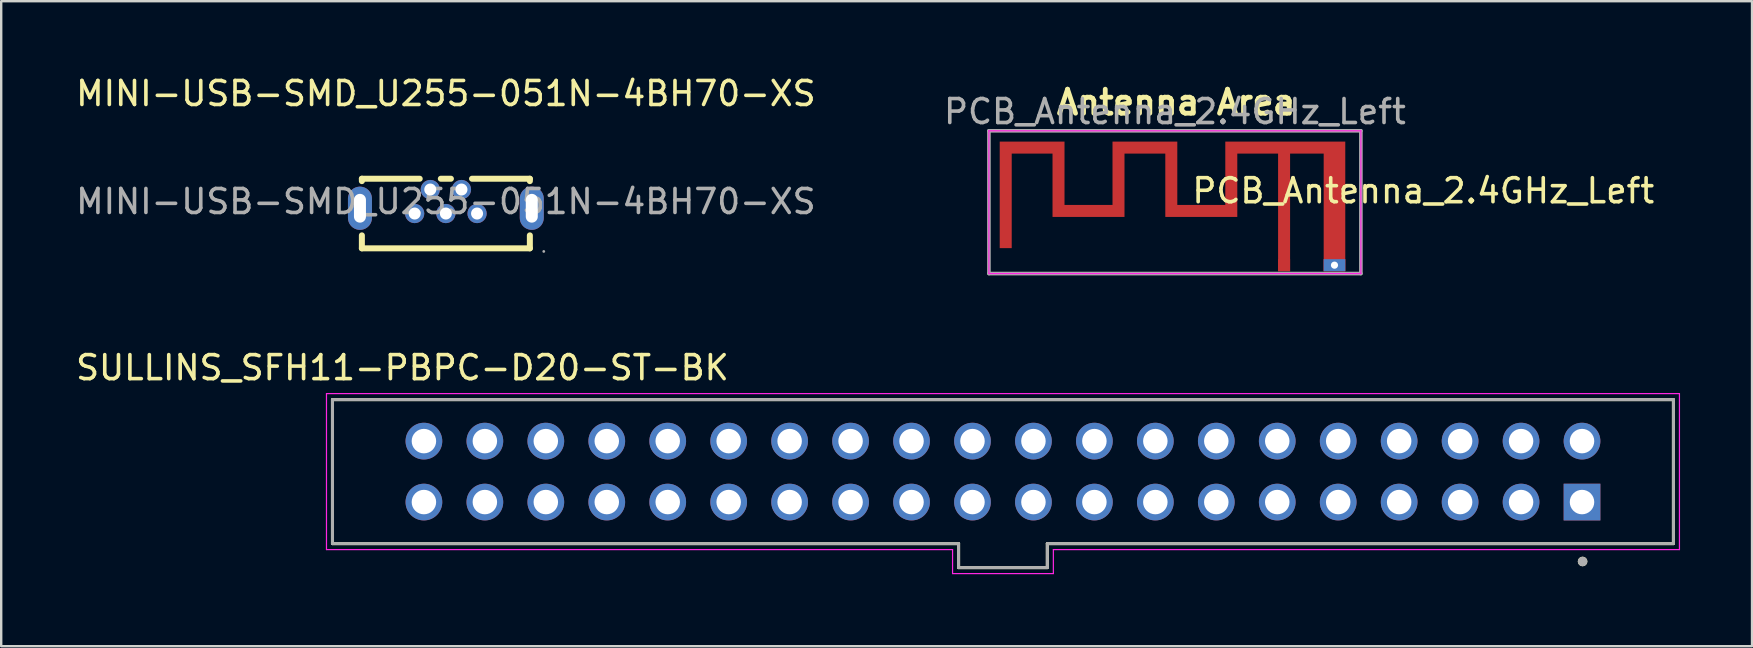
<source format=kicad_pcb>
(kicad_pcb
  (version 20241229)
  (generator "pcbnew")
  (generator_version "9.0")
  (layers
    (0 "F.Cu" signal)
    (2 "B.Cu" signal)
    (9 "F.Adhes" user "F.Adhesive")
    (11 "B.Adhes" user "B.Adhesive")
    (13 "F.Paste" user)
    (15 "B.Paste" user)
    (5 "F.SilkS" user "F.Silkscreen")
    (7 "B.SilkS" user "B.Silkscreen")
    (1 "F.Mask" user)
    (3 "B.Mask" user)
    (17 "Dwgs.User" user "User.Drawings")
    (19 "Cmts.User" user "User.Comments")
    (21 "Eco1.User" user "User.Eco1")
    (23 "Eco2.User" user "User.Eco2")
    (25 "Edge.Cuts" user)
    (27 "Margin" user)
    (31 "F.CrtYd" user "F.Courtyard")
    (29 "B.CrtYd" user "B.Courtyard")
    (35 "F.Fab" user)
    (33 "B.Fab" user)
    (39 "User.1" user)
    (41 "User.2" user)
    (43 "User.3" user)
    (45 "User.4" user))
  (footprint "MINI-USB-SMD_U255-051N-4BH70-XS"
    (layer "F.Cu")
    (at 15.53 5.348)
    (property "Reference" "MINI-USB-SMD_U255-051N-4BH70-XS" (at 0 -4.5 0) (layer "F.SilkS") (effects (font (size 1 1) (thickness 0.15))))
    (attr smd)
    (fp_line (start -3.5 -0.95) (end -3.5 -0.85) (stroke (width 0.25) (type solid)) (layer "F.SilkS"))
    (fp_line (start -3.5 -0.95) (end -1.09 -0.95) (stroke (width 0.25) (type solid)) (layer "F.SilkS"))
    (fp_line (start -3.5 1.41) (end -3.5 1.95) (stroke (width 0.25) (type solid)) (layer "F.SilkS"))
    (fp_line (start -0.21 -0.95) (end 0.21 -0.95) (stroke (width 0.25) (type solid)) (layer "F.SilkS"))
    (fp_line (start 1.09 -0.95) (end 3.5 -0.95) (stroke (width 0.25) (type solid)) (layer "F.SilkS"))
    (fp_line (start 3.5 -0.95) (end 3.5 -0.85) (stroke (width 0.25) (type solid)) (layer "F.SilkS"))
    (fp_line (start 3.5 1.41) (end 3.5 1.95) (stroke (width 0.25) (type solid)) (layer "F.SilkS"))
    (fp_line (start 3.5 1.95) (end -3.5 1.95) (stroke (width 0.25) (type solid)) (layer "F.SilkS"))
    (fp_circle (center -1.3 0.5) (end -1.22 0.5) (stroke (width 0.15) (type solid)) (fill no) (layer "F.Fab"))
    (fp_circle (center -0.65 -0.5) (end -0.57 -0.5) (stroke (width 0.15) (type solid)) (fill no) (layer "F.Fab"))
    (fp_circle (center 0 0.5) (end 0.08 0.5) (stroke (width 0.15) (type solid)) (fill no) (layer "F.Fab"))
    (fp_circle (center 0.65 -0.5) (end 0.73 -0.5) (stroke (width 0.15) (type solid)) (fill no) (layer "F.Fab"))
    (fp_circle (center 1.3 0.5) (end 1.38 0.5) (stroke (width 0.15) (type solid)) (fill no) (layer "F.Fab"))
    (fp_circle (center 4.08 2.08) (end 4.11 2.08) (stroke (width 0.06) (type solid)) (fill no) (layer "F.Fab"))
    (fp_text user "${REFERENCE}" (at 0 0 0) (layer "F.Fab") (effects (font (size 1 1) (thickness 0.15))))
    (pad "1" thru_hole circle (at 1.3 0.5 180) (size 0.8 0.8) (drill 0.5) (layers "*.Cu" "*.Mask"))
    (pad "2" thru_hole circle (at 0.65 -0.5 180) (size 0.8 0.8) (drill 0.5) (layers "*.Cu" "*.Mask"))
    (pad "3" thru_hole circle (at 0 0.5 180) (size 0.8 0.8) (drill 0.5) (layers "*.Cu" "*.Mask"))
    (pad "4" thru_hole circle (at -0.65 -0.5 180) (size 0.8 0.8) (drill 0.5) (layers "*.Cu" "*.Mask"))
    (pad "5" thru_hole circle (at -1.3 0.5 180) (size 0.8 0.8) (drill 0.5) (layers "*.Cu" "*.Mask"))
    (pad "6" thru_hole oval (at -3.58 0.28 270) (size 1.8 1) (drill oval 1.2 0.5) (layers "*.Cu" "*.Mask"))
    (pad "6" thru_hole oval (at 3.58 0.28 270) (size 1.8 1) (drill oval 1.2 0.5) (layers "*.Cu" "*.Mask")))
  (footprint "SULLINS_SFH11-PBPC-D20-ST-BK"
    (layer "F.Cu")
    (at 38.745 16.602)
    (property "Reference" "SULLINS_SFH11-PBPC-D20-ST-BK" (at -25.025 -4.329 0) (layer "F.SilkS") (effects (font (size 1 1) (thickness 0.15))))
    (attr through_hole)
    (fp_line (start -27.94 -3) (end -27.94 3) (stroke (width 0.127) (type solid)) (layer "F.SilkS"))
    (fp_line (start -27.94 3) (end -1.85 3) (stroke (width 0.127) (type solid)) (layer "F.SilkS"))
    (fp_line (start -1.85 3) (end -1.85 4) (stroke (width 0.127) (type solid)) (layer "F.SilkS"))
    (fp_line (start -1.85 4) (end 1.85 4) (stroke (width 0.127) (type solid)) (layer "F.SilkS"))
    (fp_line (start 1.85 3) (end 27.94 3) (stroke (width 0.127) (type solid)) (layer "F.SilkS"))
    (fp_line (start 1.85 4) (end 1.85 3) (stroke (width 0.127) (type solid)) (layer "F.SilkS"))
    (fp_line (start 27.94 -3) (end -27.94 -3) (stroke (width 0.127) (type solid)) (layer "F.SilkS"))
    (fp_line (start 27.94 3) (end 27.94 -3) (stroke (width 0.127) (type solid)) (layer "F.SilkS"))
    (fp_circle (center 24.154 3.746) (end 24.254 3.746) (stroke (width 0.2) (type solid)) (fill no) (layer "F.SilkS"))
    (fp_line (start -28.19 -3.25) (end -28.19 3.25) (stroke (width 0.05) (type solid)) (layer "F.CrtYd"))
    (fp_line (start -28.19 3.25) (end -2.1 3.25) (stroke (width 0.05) (type solid)) (layer "F.CrtYd"))
    (fp_line (start -2.1 3.25) (end -2.1 4.25) (stroke (width 0.05) (type solid)) (layer "F.CrtYd"))
    (fp_line (start -2.1 4.25) (end 2.1 4.25) (stroke (width 0.05) (type solid)) (layer "F.CrtYd"))
    (fp_line (start 2.1 3.25) (end 28.19 3.25) (stroke (width 0.05) (type solid)) (layer "F.CrtYd"))
    (fp_line (start 2.1 4.25) (end 2.1 3.25) (stroke (width 0.05) (type solid)) (layer "F.CrtYd"))
    (fp_line (start 28.19 -3.25) (end -28.19 -3.25) (stroke (width 0.05) (type solid)) (layer "F.CrtYd"))
    (fp_line (start 28.19 3.25) (end 28.19 -3.25) (stroke (width 0.05) (type solid)) (layer "F.CrtYd"))
    (fp_line (start -27.94 -3) (end -27.94 3) (stroke (width 0.127) (type solid)) (layer "F.Fab"))
    (fp_line (start -27.94 3) (end -1.85 3) (stroke (width 0.127) (type solid)) (layer "F.Fab"))
    (fp_line (start -1.85 3) (end -1.85 4) (stroke (width 0.127) (type solid)) (layer "F.Fab"))
    (fp_line (start -1.85 4) (end 1.85 4) (stroke (width 0.127) (type solid)) (layer "F.Fab"))
    (fp_line (start 1.85 3) (end 27.94 3) (stroke (width 0.127) (type solid)) (layer "F.Fab"))
    (fp_line (start 1.85 4) (end 1.85 3) (stroke (width 0.127) (type solid)) (layer "F.Fab"))
    (fp_line (start 27.94 -3) (end -27.94 -3) (stroke (width 0.127) (type solid)) (layer "F.Fab"))
    (fp_line (start 27.94 3) (end 27.94 -3) (stroke (width 0.127) (type solid)) (layer "F.Fab"))
    (fp_circle (center 24.154 3.746) (end 24.254 3.746) (stroke (width 0.2) (type solid)) (fill no) (layer "F.Fab"))
    (pad "1" thru_hole rect (at 24.13 1.27) (size 1.53 1.53) (drill 1.02) (layers "*.Cu" "*.Mask"))
    (pad "2" thru_hole circle (at 24.13 -1.27) (size 1.53 1.53) (drill 1.02) (layers "*.Cu" "*.Mask"))
    (pad "3" thru_hole circle (at 21.59 1.27) (size 1.53 1.53) (drill 1.02) (layers "*.Cu" "*.Mask"))
    (pad "4" thru_hole circle (at 21.59 -1.27) (size 1.53 1.53) (drill 1.02) (layers "*.Cu" "*.Mask"))
    (pad "5" thru_hole circle (at 19.05 1.27) (size 1.53 1.53) (drill 1.02) (layers "*.Cu" "*.Mask"))
    (pad "6" thru_hole circle (at 19.05 -1.27) (size 1.53 1.53) (drill 1.02) (layers "*.Cu" "*.Mask"))
    (pad "7" thru_hole circle (at 16.51 1.27) (size 1.53 1.53) (drill 1.02) (layers "*.Cu" "*.Mask"))
    (pad "8" thru_hole circle (at 16.51 -1.27) (size 1.53 1.53) (drill 1.02) (layers "*.Cu" "*.Mask"))
    (pad "9" thru_hole circle (at 13.97 1.27) (size 1.53 1.53) (drill 1.02) (layers "*.Cu" "*.Mask"))
    (pad "10" thru_hole circle (at 13.97 -1.27) (size 1.53 1.53) (drill 1.02) (layers "*.Cu" "*.Mask"))
    (pad "11" thru_hole circle (at 11.43 1.27) (size 1.53 1.53) (drill 1.02) (layers "*.Cu" "*.Mask"))
    (pad "12" thru_hole circle (at 11.43 -1.27) (size 1.53 1.53) (drill 1.02) (layers "*.Cu" "*.Mask"))
    (pad "13" thru_hole circle (at 8.89 1.27) (size 1.53 1.53) (drill 1.02) (layers "*.Cu" "*.Mask"))
    (pad "14" thru_hole circle (at 8.89 -1.27) (size 1.53 1.53) (drill 1.02) (layers "*.Cu" "*.Mask"))
    (pad "15" thru_hole circle (at 6.35 1.27) (size 1.53 1.53) (drill 1.02) (layers "*.Cu" "*.Mask"))
    (pad "16" thru_hole circle (at 6.35 -1.27) (size 1.53 1.53) (drill 1.02) (layers "*.Cu" "*.Mask"))
    (pad "17" thru_hole circle (at 3.81 1.27) (size 1.53 1.53) (drill 1.02) (layers "*.Cu" "*.Mask"))
    (pad "18" thru_hole circle (at 3.81 -1.27) (size 1.53 1.53) (drill 1.02) (layers "*.Cu" "*.Mask"))
    (pad "19" thru_hole circle (at 1.27 1.27) (size 1.53 1.53) (drill 1.02) (layers "*.Cu" "*.Mask"))
    (pad "20" thru_hole circle (at 1.27 -1.27) (size 1.53 1.53) (drill 1.02) (layers "*.Cu" "*.Mask"))
    (pad "21" thru_hole circle (at -1.27 1.27) (size 1.53 1.53) (drill 1.02) (layers "*.Cu" "*.Mask"))
    (pad "22" thru_hole circle (at -1.27 -1.27) (size 1.53 1.53) (drill 1.02) (layers "*.Cu" "*.Mask"))
    (pad "23" thru_hole circle (at -3.81 1.27) (size 1.53 1.53) (drill 1.02) (layers "*.Cu" "*.Mask"))
    (pad "24" thru_hole circle (at -3.81 -1.27) (size 1.53 1.53) (drill 1.02) (layers "*.Cu" "*.Mask"))
    (pad "25" thru_hole circle (at -6.35 1.27) (size 1.53 1.53) (drill 1.02) (layers "*.Cu" "*.Mask"))
    (pad "26" thru_hole circle (at -6.35 -1.27) (size 1.53 1.53) (drill 1.02) (layers "*.Cu" "*.Mask"))
    (pad "27" thru_hole circle (at -8.89 1.27) (size 1.53 1.53) (drill 1.02) (layers "*.Cu" "*.Mask"))
    (pad "28" thru_hole circle (at -8.89 -1.27) (size 1.53 1.53) (drill 1.02) (layers "*.Cu" "*.Mask"))
    (pad "29" thru_hole circle (at -11.43 1.27) (size 1.53 1.53) (drill 1.02) (layers "*.Cu" "*.Mask"))
    (pad "30" thru_hole circle (at -11.43 -1.27) (size 1.53 1.53) (drill 1.02) (layers "*.Cu" "*.Mask"))
    (pad "31" thru_hole circle (at -13.97 1.27) (size 1.53 1.53) (drill 1.02) (layers "*.Cu" "*.Mask"))
    (pad "32" thru_hole circle (at -13.97 -1.27) (size 1.53 1.53) (drill 1.02) (layers "*.Cu" "*.Mask"))
    (pad "33" thru_hole circle (at -16.51 1.27) (size 1.53 1.53) (drill 1.02) (layers "*.Cu" "*.Mask"))
    (pad "34" thru_hole circle (at -16.51 -1.27) (size 1.53 1.53) (drill 1.02) (layers "*.Cu" "*.Mask"))
    (pad "35" thru_hole circle (at -19.05 1.27) (size 1.53 1.53) (drill 1.02) (layers "*.Cu" "*.Mask"))
    (pad "36" thru_hole circle (at -19.05 -1.27) (size 1.53 1.53) (drill 1.02) (layers "*.Cu" "*.Mask"))
    (pad "37" thru_hole circle (at -21.59 1.27) (size 1.53 1.53) (drill 1.02) (layers "*.Cu" "*.Mask"))
    (pad "38" thru_hole circle (at -21.59 -1.27) (size 1.53 1.53) (drill 1.02) (layers "*.Cu" "*.Mask"))
    (pad "39" thru_hole circle (at -24.13 1.27) (size 1.53 1.53) (drill 1.02) (layers "*.Cu" "*.Mask"))
    (pad "40" thru_hole circle (at -24.13 -1.27) (size 1.53 1.53) (drill 1.02) (layers "*.Cu" "*.Mask")))
  (footprint "PCB_Antenna_2.4GHz_Left"
    (layer "F.Cu")
    (at 50.46 8)
    (property "Reference" "PCB_Antenna_2.4GHz_Left" (at 5.8 -3.1 0) (layer "F.SilkS") (effects (font (size 1 1) (thickness 0.15))))
    (attr exclude_from_pos_files exclude_from_bom)
    (fp_poly (pts (xy -2.45 -2.51) (xy -4.45 -2.51) (xy -4.45 -5.15) (xy -7.15 -5.15) (xy -7.15 -2.51) (xy -9.15 -2.51) (xy -9.15 -5.15) (xy -11.85 -5.15) (xy -11.85 -0.71) (xy -11.35 -0.71) (xy -11.35 -4.65) (xy -9.65 -4.65) (xy -9.65 -2.01) (xy -6.65 -2.01) (xy -6.65 -4.65) (xy -4.95 -4.65) (xy -4.95 -2.01) (xy -1.95 -2.01) (xy -1.95 -4.65) (xy -0.25 -4.65) (xy -0.25 0.25) (xy 0.25 0.25) (xy 0.25 -4.65) (xy 1.65 -4.65) (xy 1.65 0.25) (xy 2.55 0.25) (xy 2.55 0.007) (xy 2.248 0.007) (xy 2.238 0.054) (xy 2.214 0.097) (xy 2.176 0.13) (xy 2.168 0.134) (xy 2.125 0.146) (xy 2.077 0.145) (xy 2.031 0.132) (xy 2.013 0.122) (xy 1.979 0.087) (xy 1.958 0.041) (xy 1.952 -0.008) (xy 1.96 -0.056) (xy 1.977 -0.089) (xy 2.012 -0.121) (xy 2.058 -0.141) (xy 2.107 -0.148) (xy 2.155 -0.14) (xy 2.188 -0.123) (xy 2.223 -0.086) (xy 2.243 -0.042) (xy 2.248 0.007) (xy 2.55 0.007) (xy 2.55 -5.15) (xy -2.45 -5.15) (xy -2.45 -2.51)) (stroke (width 0) (type solid)) (fill yes) (layer "F.Cu"))
    (fp_line (start -12.3 -5.6) (end -12.3 0.35) (stroke (width 0.05) (type solid)) (layer "F.CrtYd"))
    (fp_line (start -12.3 0.35) (end 3.2 0.35) (stroke (width 0.05) (type solid)) (layer "F.CrtYd"))
    (fp_line (start 3.2 -5.6) (end -12.3 -5.6) (stroke (width 0.05) (type solid)) (layer "F.CrtYd"))
    (fp_line (start 3.2 0.35) (end 3.2 -5.6) (stroke (width 0.05) (type solid)) (layer "F.CrtYd"))
    (fp_line (start -12.3 -5.6) (end -12.3 0.35) (stroke (width 0.15) (type solid)) (layer "F.Fab"))
    (fp_line (start -12.3 0.35) (end 3.2 0.35) (stroke (width 0.15) (type solid)) (layer "F.Fab"))
    (fp_line (start 3.2 -5.6) (end -12.3 -5.6) (stroke (width 0.15) (type solid)) (layer "F.Fab"))
    (fp_line (start 3.2 0.35) (end 3.2 -5.6) (stroke (width 0.15) (type solid)) (layer "F.Fab"))
    (fp_text user "Antenna Area" (at -4.5 -6.2 0) (unlocked yes) (layer "F.SilkS") (effects (font (size 1 1) (thickness 0.2) (bold yes)) (justify bottom)))
    (fp_text user "${REFERENCE}" (at -4.55 -6.4 0) (layer "F.Fab") (effects (font (size 1 1) (thickness 0.15))))
    (pad "1" connect rect (at 0 0) (size 0.5 0.5) (layers "F.Cu"))
    (pad "2" thru_hole rect (at 2.1 0) (size 0.9 0.5) (drill 0.3) (layers "*.Cu"))
    (zone (net_name "") (layers "F.Cu" "B.Cu") (name "Keep Out Area") (hatch edge 0.5) (connect_pads) (min_thickness 0.25) (filled_areas_thickness no) (keepout (tracks not_allowed) (vias not_allowed) (pads not_allowed) (copperpour not_allowed) (footprints allowed)) (placement (enabled no)) (fill) (polygon (pts (xy 58.66 7.7) (xy 58.66 0) (xy 38.06 0) (xy 34.06 0) (xy 34.06 6.7) (xy 35.06 7.7)))))
  (gr_rect
    (start -3 -3)
    (end 69.96 23.877)
    (stroke (width 0.1) (type default))
    (fill no)
    (layer "Edge.Cuts")))
</source>
